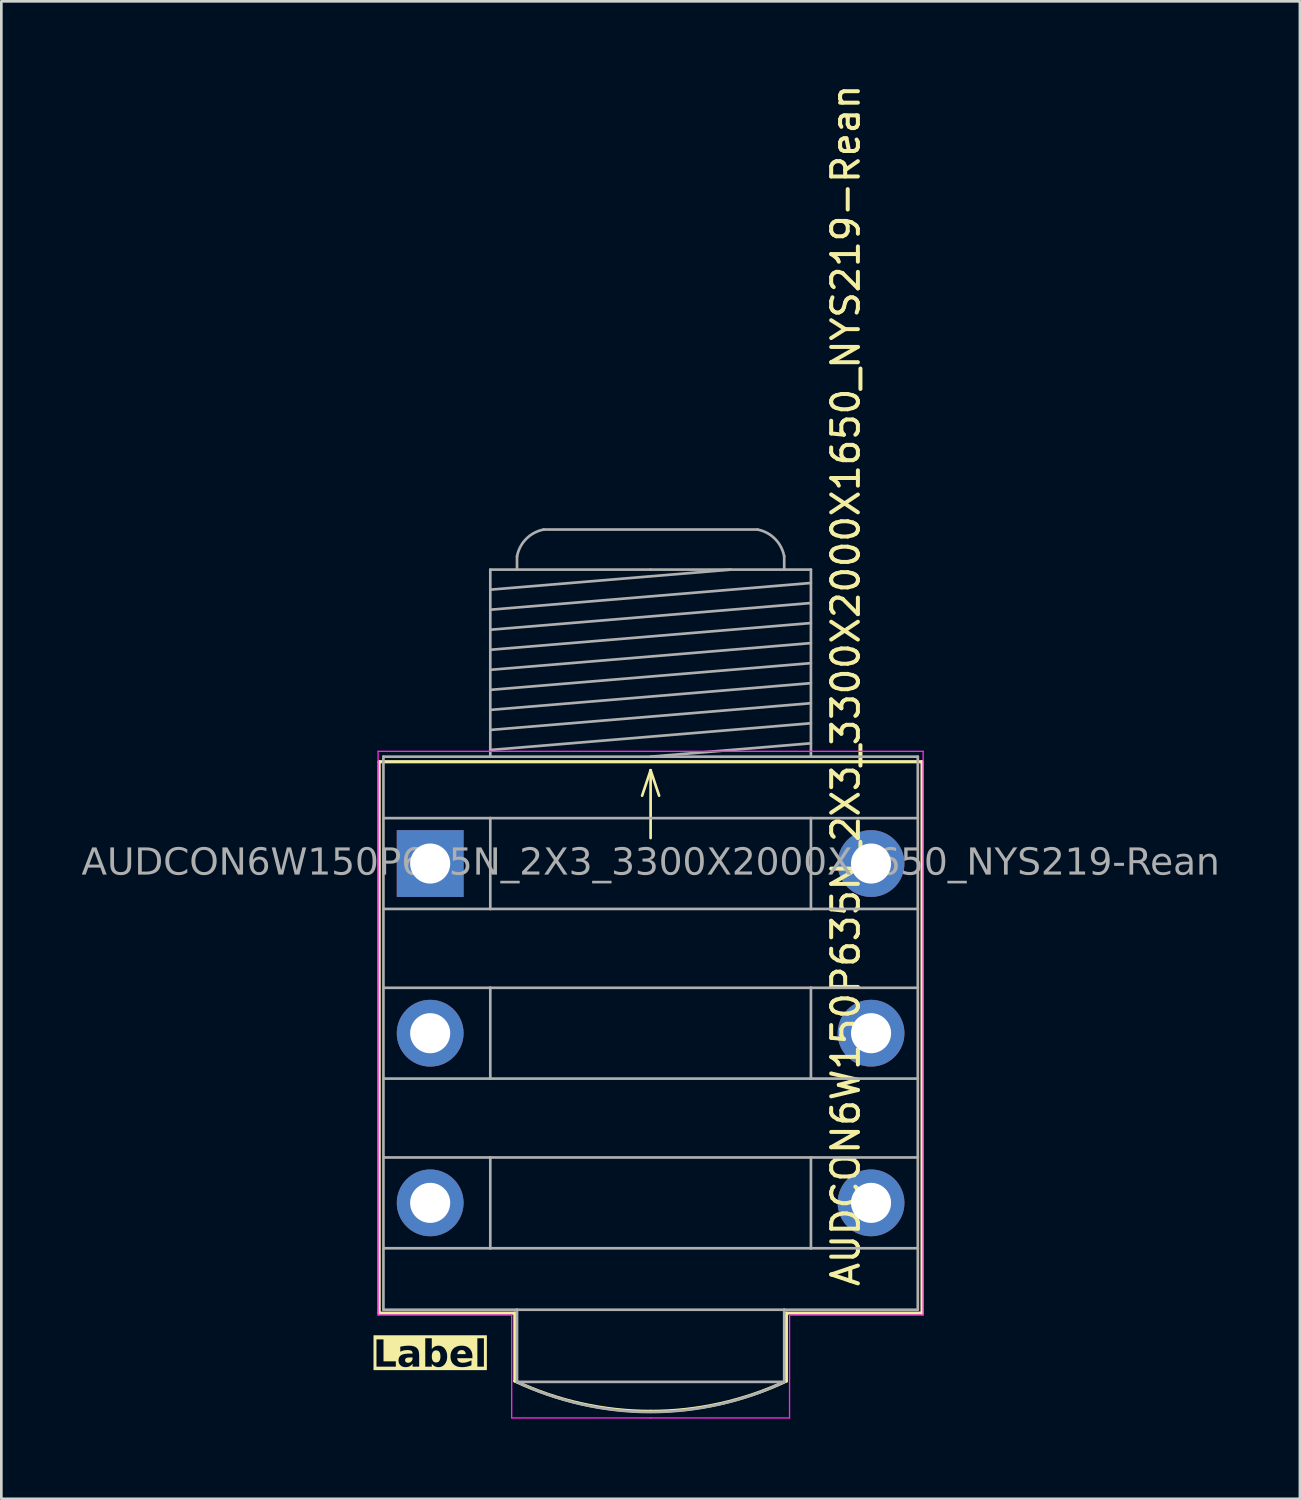
<source format=kicad_pcb>
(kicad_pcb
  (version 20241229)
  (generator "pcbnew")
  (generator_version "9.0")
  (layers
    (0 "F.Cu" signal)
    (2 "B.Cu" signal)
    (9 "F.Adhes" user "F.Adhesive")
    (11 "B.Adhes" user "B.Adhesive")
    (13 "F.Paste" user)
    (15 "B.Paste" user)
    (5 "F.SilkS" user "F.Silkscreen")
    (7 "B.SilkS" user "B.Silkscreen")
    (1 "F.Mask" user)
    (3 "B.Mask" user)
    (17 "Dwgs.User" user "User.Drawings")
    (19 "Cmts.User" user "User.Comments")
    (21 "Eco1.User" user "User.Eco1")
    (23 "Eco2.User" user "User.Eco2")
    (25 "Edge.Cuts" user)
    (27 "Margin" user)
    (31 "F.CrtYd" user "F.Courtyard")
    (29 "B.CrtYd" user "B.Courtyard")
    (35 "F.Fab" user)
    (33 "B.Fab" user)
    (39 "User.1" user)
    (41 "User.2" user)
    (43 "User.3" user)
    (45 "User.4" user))
  (footprint "AUDCON6W150P635N_2X3_3300X2000X1650_NYS219-Rean"
    (layer "F.Cu")
    (at 21.3 35.619)
    (property "Reference" "AUDCON6W150P635N_2X3_3300X2000X1650_NYS219-Rean" (at 7.303 -13.018 90) (layer "F.SilkS") (effects (font (size 1 1) (thickness 0.15))))
    (property "Label" "Label" (at -8.255 12.065 0) (layer "F.SilkS" knockout) (effects (font (face "Tahoma") (size 1 1) (thickness 0.2) (bold yes))))
    (attr through_hole)
    (fp_line (start -10.16 -10.16) (end -10.16 10.477) (stroke (width 0.12) (type solid)) (layer "F.SilkS"))
    (fp_line (start -10.16 10.477) (end -5.08 10.477) (stroke (width 0.12) (type solid)) (layer "F.SilkS"))
    (fp_line (start -5.08 13.018) (end -5.08 10.477) (stroke (width 0.12) (type solid)) (layer "F.SilkS"))
    (fp_line (start 0 -9.842) (end -0.318 -8.89) (stroke (width 0.1) (type default)) (layer "F.SilkS"))
    (fp_line (start 0 -9.842) (end 0 -7.303) (stroke (width 0.1) (type default)) (layer "F.SilkS"))
    (fp_line (start 0 -9.842) (end 0.318 -8.89) (stroke (width 0.1) (type default)) (layer "F.SilkS"))
    (fp_line (start 5.08 13.018) (end 5.08 10.477) (stroke (width 0.12) (type solid)) (layer "F.SilkS"))
    (fp_line (start 10.16 -10.16) (end -10.16 -10.16) (stroke (width 0.12) (type solid)) (layer "F.SilkS"))
    (fp_line (start 10.16 -10.16) (end 10.16 10.477) (stroke (width 0.12) (type solid)) (layer "F.SilkS"))
    (fp_line (start 10.16 10.477) (end 5.08 10.477) (stroke (width 0.12) (type solid)) (layer "F.SilkS"))
    (fp_arc (start 0 14.153067) (mid -2.602687 13.865715) (end -5.08 13.0175) (stroke (width 0.12) (type default)) (layer "F.SilkS"))
    (fp_arc (start 5.08 13.0175) (mid 2.602687 13.865715) (end 0 14.153067) (stroke (width 0.12) (type default)) (layer "F.SilkS"))
    (fp_line (start -10.2 -10.55) (end 10.2 -10.55) (stroke (width 0.05) (type default)) (layer "F.CrtYd"))
    (fp_line (start -10.2 10.55) (end -10.2 -10.55) (stroke (width 0.05) (type default)) (layer "F.CrtYd"))
    (fp_line (start -10.2 10.55) (end -5.2 10.55) (stroke (width 0.05) (type default)) (layer "F.CrtYd"))
    (fp_line (start -5.2 14.4) (end -5.2 10.55) (stroke (width 0.05) (type default)) (layer "F.CrtYd"))
    (fp_line (start -5.2 14.4) (end 0 14.4) (stroke (width 0.05) (type default)) (layer "F.CrtYd"))
    (fp_line (start 5.2 14.4) (end 0 14.4) (stroke (width 0.05) (type default)) (layer "F.CrtYd"))
    (fp_line (start 5.2 14.4) (end 5.2 10.55) (stroke (width 0.05) (type default)) (layer "F.CrtYd"))
    (fp_line (start 10.2 10.55) (end 5.2 10.55) (stroke (width 0.05) (type default)) (layer "F.CrtYd"))
    (fp_line (start 10.2 10.55) (end 10.2 -10.55) (stroke (width 0.05) (type default)) (layer "F.CrtYd"))
    (fp_line (start -10 -8.05) (end -10 -10.35) (stroke (width 0.1) (type solid)) (layer "F.Fab"))
    (fp_line (start -10 -4.65) (end -10 -8.05) (stroke (width 0.1) (type solid)) (layer "F.Fab"))
    (fp_line (start -10 -4.65) (end -10 -1.7) (stroke (width 0.1) (type solid)) (layer "F.Fab"))
    (fp_line (start -10 1.7) (end -10 -1.7) (stroke (width 0.1) (type solid)) (layer "F.Fab"))
    (fp_line (start -10 1.7) (end -10 4.65) (stroke (width 0.1) (type solid)) (layer "F.Fab"))
    (fp_line (start -10 8.05) (end -10 4.65) (stroke (width 0.1) (type solid)) (layer "F.Fab"))
    (fp_line (start -10 8.05) (end -10 10.35) (stroke (width 0.1) (type solid)) (layer "F.Fab"))
    (fp_line (start -10 10.35) (end -5 10.35) (stroke (width 0.1) (type solid)) (layer "F.Fab"))
    (fp_line (start -6 -16.6) (end 3 -17.35) (stroke (width 0.1) (type default)) (layer "F.Fab"))
    (fp_line (start -6 -15.85) (end 6 -16.85) (stroke (width 0.1) (type default)) (layer "F.Fab"))
    (fp_line (start -6 -15.1) (end 6 -16.1) (stroke (width 0.1) (type default)) (layer "F.Fab"))
    (fp_line (start -6 -14.35) (end 6 -15.35) (stroke (width 0.1) (type default)) (layer "F.Fab"))
    (fp_line (start -6 -13.6) (end 6 -14.6) (stroke (width 0.1) (type default)) (layer "F.Fab"))
    (fp_line (start -6 -12.85) (end 6 -13.85) (stroke (width 0.1) (type default)) (layer "F.Fab"))
    (fp_line (start -6 -12.1) (end 6 -13.1) (stroke (width 0.1) (type default)) (layer "F.Fab"))
    (fp_line (start -6 -11.35) (end 6 -12.35) (stroke (width 0.1) (type default)) (layer "F.Fab"))
    (fp_line (start -6 -10.6) (end 6 -11.6) (stroke (width 0.1) (type default)) (layer "F.Fab"))
    (fp_line (start -6 -10.35) (end -6 -17.35) (stroke (width 0.1) (type solid)) (layer "F.Fab"))
    (fp_line (start -6 -8.05) (end -10 -8.05) (stroke (width 0.1) (type solid)) (layer "F.Fab"))
    (fp_line (start -6 -4.65) (end -10 -4.65) (stroke (width 0.1) (type solid)) (layer "F.Fab"))
    (fp_line (start -6 -4.65) (end -6 -8.05) (stroke (width 0.1) (type solid)) (layer "F.Fab"))
    (fp_line (start -6 -1.7) (end -10 -1.7) (stroke (width 0.1) (type solid)) (layer "F.Fab"))
    (fp_line (start -6 1.7) (end -10 1.7) (stroke (width 0.1) (type solid)) (layer "F.Fab"))
    (fp_line (start -6 1.7) (end -6 -1.7) (stroke (width 0.1) (type solid)) (layer "F.Fab"))
    (fp_line (start -6 4.65) (end -10 4.65) (stroke (width 0.1) (type solid)) (layer "F.Fab"))
    (fp_line (start -6 8.05) (end -10 8.05) (stroke (width 0.1) (type solid)) (layer "F.Fab"))
    (fp_line (start -6 8.05) (end -6 4.65) (stroke (width 0.1) (type solid)) (layer "F.Fab"))
    (fp_line (start -5 -17.35) (end -5 -17.85) (stroke (width 0.1) (type solid)) (layer "F.Fab"))
    (fp_line (start -5 13.05) (end -5 10.35) (stroke (width 0.1) (type solid)) (layer "F.Fab"))
    (fp_line (start 0 -17.35) (end -6 -17.35) (stroke (width 0.1) (type solid)) (layer "F.Fab"))
    (fp_line (start 0 -17.35) (end 6 -17.35) (stroke (width 0.1) (type solid)) (layer "F.Fab"))
    (fp_line (start 0 -10.35) (end 6 -10.85) (stroke (width 0.1) (type default)) (layer "F.Fab"))
    (fp_line (start 4 -18.85) (end -4 -18.85) (stroke (width 0.1) (type solid)) (layer "F.Fab"))
    (fp_line (start 5 13.05) (end 5 10.35) (stroke (width 0.1) (type solid)) (layer "F.Fab"))
    (fp_line (start 5 -17.35) (end 5 -17.85) (stroke (width 0.1) (type solid)) (layer "F.Fab"))
    (fp_line (start 5 10.35) (end -5 10.35) (stroke (width 0.1) (type solid)) (layer "F.Fab"))
    (fp_line (start 5 13.05) (end -5 13.05) (stroke (width 0.1) (type solid)) (layer "F.Fab"))
    (fp_line (start 6 -10.35) (end 6 -17.35) (stroke (width 0.1) (type solid)) (layer "F.Fab"))
    (fp_line (start 6 -8.05) (end -6 -8.05) (stroke (width 0.1) (type solid)) (layer "F.Fab"))
    (fp_line (start 6 -8.05) (end 10 -8.05) (stroke (width 0.1) (type solid)) (layer "F.Fab"))
    (fp_line (start 6 -4.65) (end -6 -4.65) (stroke (width 0.1) (type solid)) (layer "F.Fab"))
    (fp_line (start 6 -4.65) (end 6 -8.05) (stroke (width 0.1) (type solid)) (layer "F.Fab"))
    (fp_line (start 6 -4.65) (end 10 -4.65) (stroke (width 0.1) (type solid)) (layer "F.Fab"))
    (fp_line (start 6 -1.7) (end -6 -1.7) (stroke (width 0.1) (type solid)) (layer "F.Fab"))
    (fp_line (start 6 -1.7) (end 10 -1.7) (stroke (width 0.1) (type solid)) (layer "F.Fab"))
    (fp_line (start 6 1.7) (end -6 1.7) (stroke (width 0.1) (type solid)) (layer "F.Fab"))
    (fp_line (start 6 1.7) (end 6 -1.7) (stroke (width 0.1) (type solid)) (layer "F.Fab"))
    (fp_line (start 6 1.7) (end 10 1.7) (stroke (width 0.1) (type solid)) (layer "F.Fab"))
    (fp_line (start 6 4.65) (end -6 4.65) (stroke (width 0.1) (type solid)) (layer "F.Fab"))
    (fp_line (start 6 4.65) (end 10 4.65) (stroke (width 0.1) (type solid)) (layer "F.Fab"))
    (fp_line (start 6 8.05) (end -6 8.05) (stroke (width 0.1) (type solid)) (layer "F.Fab"))
    (fp_line (start 6 8.05) (end 6 4.65) (stroke (width 0.1) (type solid)) (layer "F.Fab"))
    (fp_line (start 6 8.05) (end 10 8.05) (stroke (width 0.1) (type solid)) (layer "F.Fab"))
    (fp_line (start 10 -10.35) (end -10 -10.35) (stroke (width 0.1) (type solid)) (layer "F.Fab"))
    (fp_line (start 10 -8.05) (end 10 -10.35) (stroke (width 0.1) (type solid)) (layer "F.Fab"))
    (fp_line (start 10 -4.65) (end 10 -8.05) (stroke (width 0.1) (type solid)) (layer "F.Fab"))
    (fp_line (start 10 -4.65) (end 10 -1.7) (stroke (width 0.1) (type solid)) (layer "F.Fab"))
    (fp_line (start 10 1.7) (end 10 -1.7) (stroke (width 0.1) (type solid)) (layer "F.Fab"))
    (fp_line (start 10 1.7) (end 10 4.65) (stroke (width 0.1) (type solid)) (layer "F.Fab"))
    (fp_line (start 10 8.05) (end 10 4.65) (stroke (width 0.1) (type solid)) (layer "F.Fab"))
    (fp_line (start 10 8.05) (end 10 10.35) (stroke (width 0.1) (type solid)) (layer "F.Fab"))
    (fp_line (start 10 10.35) (end 5 10.35) (stroke (width 0.1) (type solid)) (layer "F.Fab"))
    (fp_rect (start -8.504 -6.604) (end -7.996 -6.096) (stroke (width 0.1) (type solid)) (fill no) (layer "F.Fab"))
    (fp_rect (start -8.504 -0.254) (end -7.996 0.254) (stroke (width 0.1) (type solid)) (fill no) (layer "F.Fab"))
    (fp_rect (start -8.504 6.096) (end -7.996 6.604) (stroke (width 0.1) (type solid)) (fill no) (layer "F.Fab"))
    (fp_rect (start 7.996 -6.604) (end 8.504 -6.096) (stroke (width 0.1) (type solid)) (fill no) (layer "F.Fab"))
    (fp_rect (start 7.996 -0.254) (end 8.504 0.254) (stroke (width 0.1) (type solid)) (fill no) (layer "F.Fab"))
    (fp_rect (start 7.996 6.096) (end 8.504 6.604) (stroke (width 0.1) (type solid)) (fill no) (layer "F.Fab"))
    (fp_arc (start -4.998071 -17.85) (mid -4.653321 -18.503987) (end -4 -18.849999) (stroke (width 0.1) (type default)) (layer "F.Fab"))
    (fp_arc (start 4 -18.849999) (mid 4.65332 -18.503987) (end 4.998071 -17.85) (stroke (width 0.1) (type default)) (layer "F.Fab"))
    (fp_arc (start 5 13.05) (mid 0 14.178733) (end -5 13.05) (stroke (width 0.1) (type default)) (layer "F.Fab"))
    (fp_text user "${REFERENCE}" (at 0 -6.35 180) (layer "F.Fab") (effects (font (face "Tahoma") (size 1 1) (thickness 0.15))))
    (pad "1" thru_hole rect (at -8.25 -6.35 90) (size 2.5 2.5) (drill 1.5) (layers "*.Cu" "*.Mask"))
    (pad "2" thru_hole circle (at -8.25 0 90) (size 2.5 2.5) (drill 1.5) (layers "*.Cu" "*.Mask"))
    (pad "3" thru_hole circle (at -8.25 6.35 90) (size 2.5 2.5) (drill 1.5) (layers "*.Cu" "*.Mask"))
    (pad "4" thru_hole circle (at 8.25 6.35 90) (size 2.5 2.5) (drill 1.5) (layers "*.Cu" "*.Mask"))
    (pad "5" thru_hole circle (at 8.25 0 90) (size 2.5 2.5) (drill 1.5) (layers "*.Cu" "*.Mask"))
    (pad "6" thru_hole circle (at 8.25 -6.35 90) (size 2.5 2.5) (drill 1.5) (layers "*.Cu" "*.Mask")))
  (gr_rect
    (start -3 -3)
    (end 45.601 53.044)
    (stroke (width 0.1) (type default))
    (fill no)
    (layer "Edge.Cuts")))
</source>
